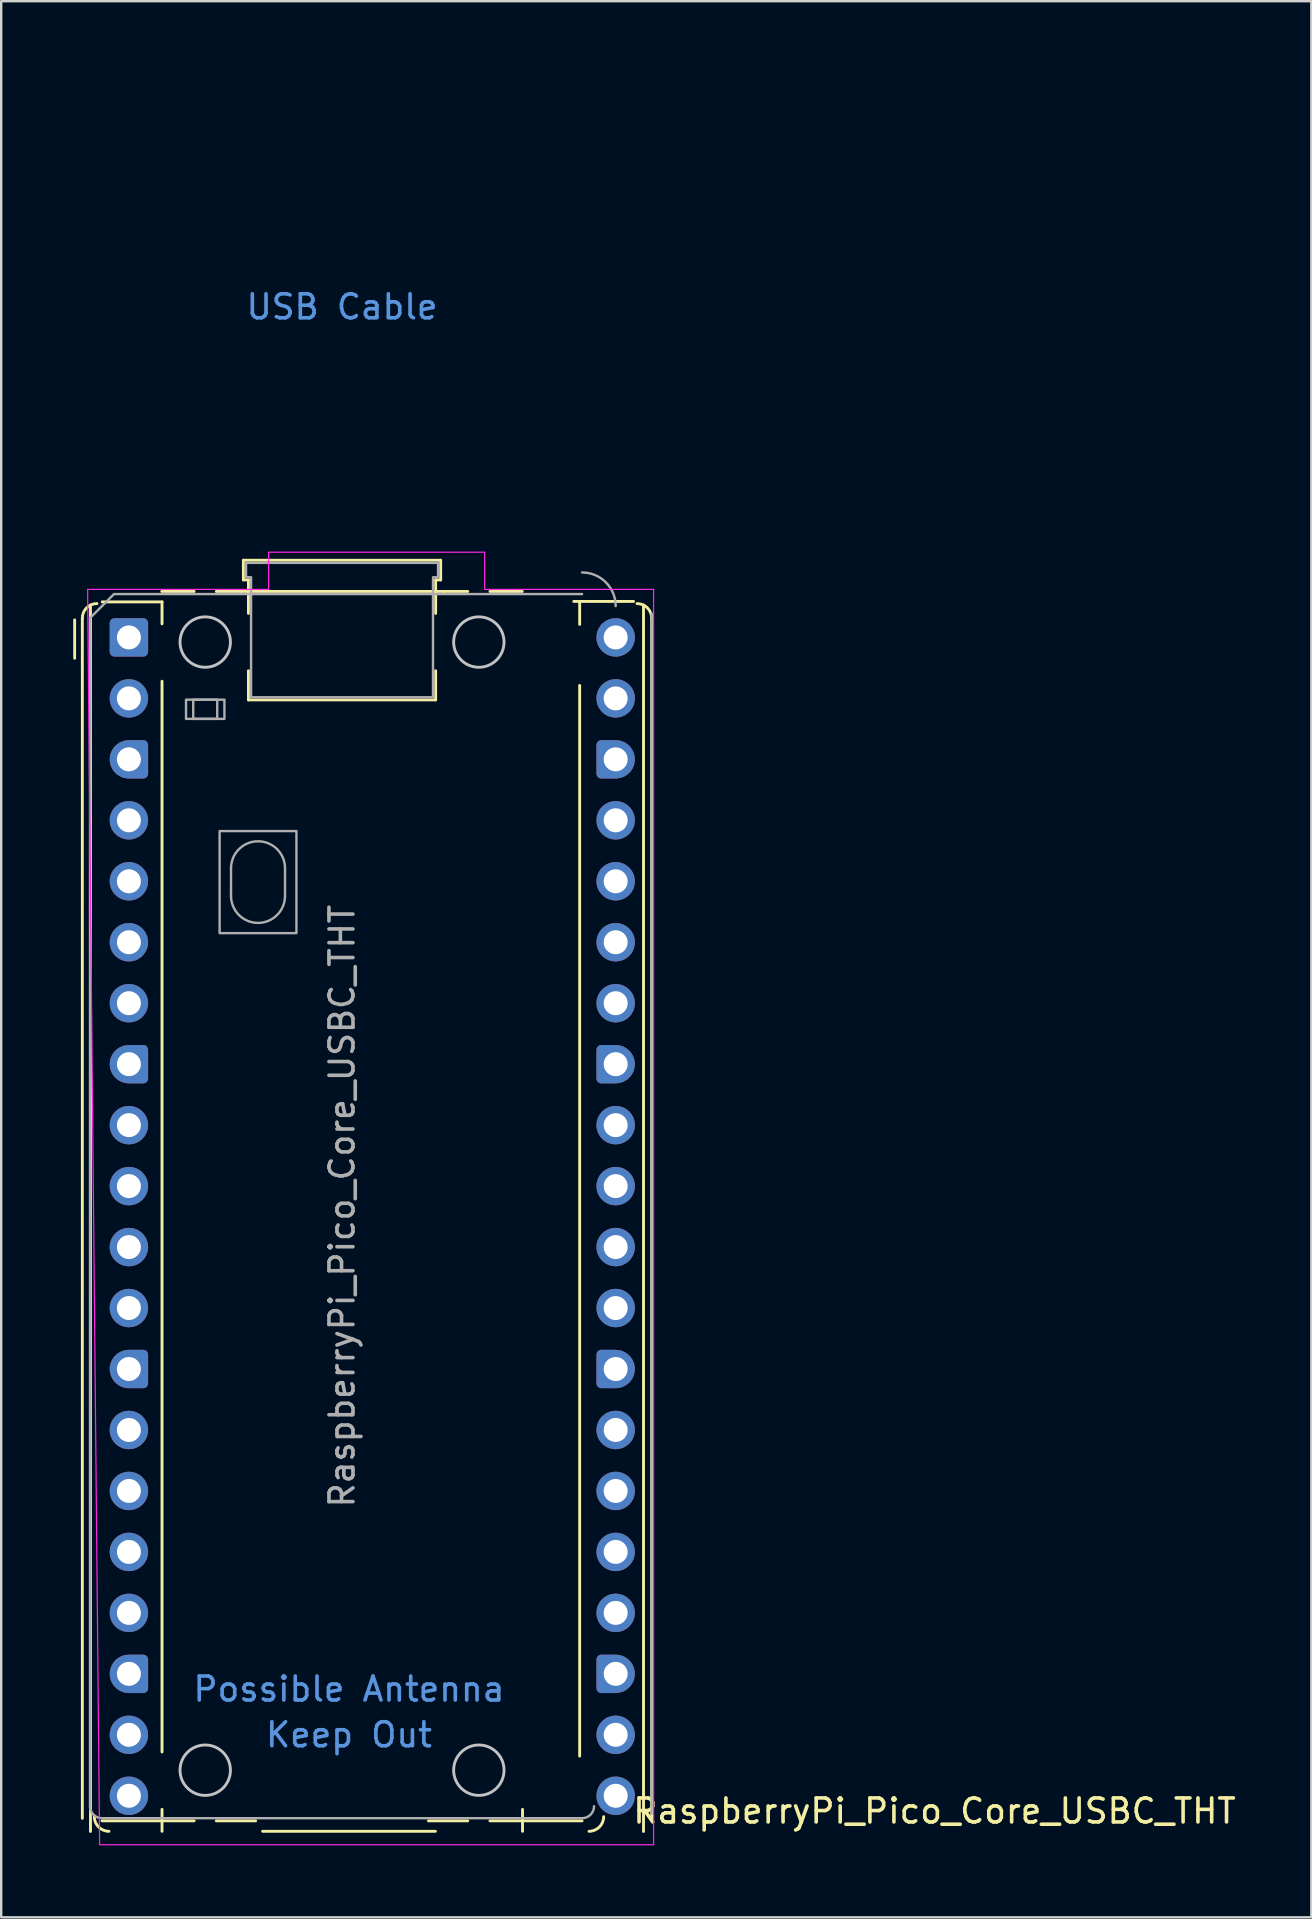
<source format=kicad_pcb>
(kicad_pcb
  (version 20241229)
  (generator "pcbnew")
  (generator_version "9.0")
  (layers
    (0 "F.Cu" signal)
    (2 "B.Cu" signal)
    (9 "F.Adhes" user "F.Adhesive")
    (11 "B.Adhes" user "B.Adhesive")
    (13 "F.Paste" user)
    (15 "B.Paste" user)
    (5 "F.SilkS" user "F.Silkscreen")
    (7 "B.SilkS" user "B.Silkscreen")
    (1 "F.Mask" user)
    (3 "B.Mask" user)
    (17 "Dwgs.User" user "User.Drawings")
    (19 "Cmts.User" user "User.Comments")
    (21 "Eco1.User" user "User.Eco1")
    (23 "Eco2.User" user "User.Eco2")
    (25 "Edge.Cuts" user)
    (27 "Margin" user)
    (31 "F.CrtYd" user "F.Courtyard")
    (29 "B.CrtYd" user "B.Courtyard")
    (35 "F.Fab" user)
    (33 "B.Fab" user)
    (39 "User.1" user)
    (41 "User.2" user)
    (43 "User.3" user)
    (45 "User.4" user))
  (footprint "RaspberryPi_Pico_Core_USBC_THT"
    (layer "F.Cu")
    (at 2.6 23.506)
    (property "Reference" "RaspberryPi_Pico_Core_USBC_THT" (at 20.637 48.895 0) (unlocked yes) (layer "F.SilkS") (effects (font (size 1 1) (thickness 0.15)) (justify left)))
    (attr through_hole)
    (fp_line (start -2.54 0.87) (end -2.54 -0.73) (stroke (width 0.12) (type solid)) (layer "F.SilkS"))
    (fp_line (start -2.22 -0.8) (end -2.22 49.2) (stroke (width 0.12) (type solid)) (layer "F.SilkS"))
    (fp_line (start -1.88 -1.347) (end -1.88 49.747) (stroke (width 0.12) (type solid)) (layer "F.SilkS"))
    (fp_line (start -1.4 49.304) (end 2.438 49.304) (stroke (width 0.12) (type solid)) (layer "F.SilkS"))
    (fp_line (start -1.39 -1.48) (end 1.1 -1.48) (stroke (width 0.12) (type solid)) (layer "F.SilkS"))
    (fp_line (start 1.09 -1.916) (end 2.438 -1.916) (stroke (width 0.12) (type solid)) (layer "F.SilkS"))
    (fp_line (start 1.1 -1.48) (end 1.1 -0.566) (stroke (width 0.12) (type solid)) (layer "F.SilkS"))
    (fp_line (start 1.1 1.826) (end 1.1 46.434) (stroke (width 0.12) (type solid)) (layer "F.SilkS"))
    (fp_line (start 1.1 48.826) (end 1.1 49.74) (stroke (width 0.12) (type solid)) (layer "F.SilkS"))
    (fp_line (start 3.362 -1.916) (end 4.365 -1.916) (stroke (width 0.12) (type solid)) (layer "F.SilkS"))
    (fp_line (start 4.365 -1.916) (end 12.835 -1.916) (stroke (width 0.12) (type solid)) (layer "F.SilkS"))
    (fp_line (start 4.49 -3.216) (end 4.49 -2.396) (stroke (width 0.12) (type solid)) (layer "F.SilkS"))
    (fp_line (start 4.49 -3.216) (end 12.71 -3.216) (stroke (width 0.12) (type solid)) (layer "F.SilkS"))
    (fp_line (start 4.49 -2.396) (end 4.7 -2.396) (stroke (width 0.12) (type solid)) (layer "F.SilkS"))
    (fp_line (start 4.7 -2.396) (end 4.7 -1) (stroke (width 0.12) (type solid)) (layer "F.SilkS"))
    (fp_line (start 4.7 1.388) (end 4.7 2.604) (stroke (width 0.12) (type solid)) (layer "F.SilkS"))
    (fp_line (start 5 49.304) (end 3.362 49.304) (stroke (width 0.12) (type solid)) (layer "F.SilkS"))
    (fp_line (start 12.49 49.74) (end 5.29 49.74) (stroke (width 0.12) (type solid)) (layer "F.SilkS"))
    (fp_line (start 12.5 -2.396) (end 12.5 -1) (stroke (width 0.12) (type solid)) (layer "F.SilkS"))
    (fp_line (start 12.5 1.388) (end 12.5 2.604) (stroke (width 0.12) (type solid)) (layer "F.SilkS"))
    (fp_line (start 12.5 2.604) (end 4.7 2.604) (stroke (width 0.12) (type solid)) (layer "F.SilkS"))
    (fp_line (start 12.71 -3.216) (end 12.71 -2.396) (stroke (width 0.12) (type solid)) (layer "F.SilkS"))
    (fp_line (start 12.71 -2.396) (end 12.5 -2.396) (stroke (width 0.12) (type solid)) (layer "F.SilkS"))
    (fp_line (start 12.835 -1.916) (end 13.838 -1.916) (stroke (width 0.12) (type solid)) (layer "F.SilkS"))
    (fp_line (start 13.838 49.304) (end 12.2 49.304) (stroke (width 0.12) (type solid)) (layer "F.SilkS"))
    (fp_line (start 14.762 -1.916) (end 16.11 -1.916) (stroke (width 0.12) (type solid)) (layer "F.SilkS"))
    (fp_line (start 14.762 49.304) (end 18.6 49.304) (stroke (width 0.12) (type solid)) (layer "F.SilkS"))
    (fp_line (start 16.12 48.826) (end 16.12 49.74) (stroke (width 0.12) (type solid)) (layer "F.SilkS"))
    (fp_line (start 18.5 -1.457) (end 18.5 -0.543) (stroke (width 0.12) (type solid)) (layer "F.SilkS"))
    (fp_line (start 18.5 2) (end 18.5 46.607) (stroke (width 0.12) (type solid)) (layer "F.SilkS"))
    (fp_line (start 20.745 -1.5) (end 18.255 -1.5) (stroke (width 0.12) (type solid)) (layer "F.SilkS"))
    (fp_line (start 21.16 49.747) (end 21.16 -1.347) (stroke (width 0.12) (type solid)) (layer "F.SilkS"))
    (fp_line (start 21.5 -0.8) (end 21.5 49.2) (stroke (width 0.12) (type solid)) (layer "F.SilkS"))
    (fp_arc (start -2.22 -0.8) (mid -2.041335 -1.231335) (end -1.61 -1.41) (stroke (width 0.12) (type solid)) (layer "F.SilkS"))
    (fp_arc (start -1.11 49.74) (mid -1.541364 49.561364) (end -1.72 49.13) (stroke (width 0.12) (type solid)) (layer "F.SilkS"))
    (fp_arc (start 19.5 49.13) (mid 19.321335 49.561335) (end 18.89 49.74) (stroke (width 0.12) (type solid)) (layer "F.SilkS"))
    (fp_arc (start 20.89 -1.41) (mid 21.321335 -1.231335) (end 21.5 -0.8) (stroke (width 0.12) (type solid)) (layer "F.SilkS"))
    (fp_circle (center 2.9 0.194) (end 3.95 0.194) (stroke (width 0.12) (type solid)) (fill no) (layer "Dwgs.User"))
    (fp_circle (center 2.9 47.194) (end 3.95 47.194) (stroke (width 0.12) (type solid)) (fill no) (layer "Dwgs.User"))
    (fp_circle (center 14.3 0.194) (end 15.35 0.194) (stroke (width 0.12) (type solid)) (fill no) (layer "Dwgs.User"))
    (fp_circle (center 14.3 47.194) (end 15.35 47.194) (stroke (width 0.12) (type solid)) (fill no) (layer "Dwgs.User"))
    (fp_poly (pts (xy 5.54 -3.55) (xy 14.54 -3.55) (xy 14.54 -2) (xy 21.58 -2) (xy 21.58 50.3) (xy -1.5 50.3) (xy -2 -2) (xy 5.54 -2)) (stroke (width 0.05) (type solid)) (fill no) (layer "F.CrtYd"))
    (fp_line (start -1.9 -0.806) (end -0.9 -1.806) (stroke (width 0.1) (type solid)) (layer "F.Fab"))
    (fp_line (start -1.9 48.694) (end -1.9 -0.806) (stroke (width 0.1) (type solid)) (layer "F.Fab"))
    (fp_line (start -0.9 -1.806) (end 18.6 -1.806) (stroke (width 0.1) (type solid)) (layer "F.Fab"))
    (fp_line (start 3.975 9.619) (end 3.975 10.769) (stroke (width 0.1) (type solid)) (layer "F.Fab"))
    (fp_line (start 6.225 9.619) (end 6.225 10.769) (stroke (width 0.1) (type solid)) (layer "F.Fab"))
    (fp_line (start 18.6 49.194) (end -1.4 49.194) (stroke (width 0.1) (type solid)) (layer "F.Fab"))
    (fp_line (start 21.5 -1) (end 21.5 49) (stroke (width 0.1) (type solid)) (layer "F.Fab"))
    (fp_rect (start 2.1 2.594) (end 3.7 3.394) (stroke (width 0.1) (type solid)) (fill no) (layer "F.Fab"))
    (fp_rect (start 2.4 2.594) (end 3.4 3.394) (stroke (width 0.1) (type solid)) (fill no) (layer "F.Fab"))
    (fp_rect (start 3.5 8.069) (end 6.7 12.319) (stroke (width 0.1) (type solid)) (fill no) (layer "F.Fab"))
    (fp_arc (start -1.4 49.194) (mid -1.753553 49.047553) (end -1.9 48.694) (stroke (width 0.1) (type solid)) (layer "F.Fab"))
    (fp_arc (start 3.975 9.619) (mid 5.1 8.494) (end 6.225 9.619) (stroke (width 0.1) (type solid)) (layer "F.Fab"))
    (fp_arc (start 6.225 10.769) (mid 5.1 11.894) (end 3.975 10.769) (stroke (width 0.1) (type solid)) (layer "F.Fab"))
    (fp_arc (start 18.6 -2.706) (mid 19.589949 -2.295949) (end 20 -1.306) (stroke (width 0.1) (type solid)) (layer "F.Fab"))
    (fp_arc (start 19.1 48.694) (mid 18.953553 49.047553) (end 18.6 49.194) (stroke (width 0.1) (type solid)) (layer "F.Fab"))
    (fp_poly (pts (xy 12.39 2.494) (xy 12.39 -2.506) (xy 12.6 -2.506) (xy 12.6 -3.106) (xy 4.6 -3.106) (xy 4.6 -2.506) (xy 4.81 -2.506) (xy 4.81 2.494)) (stroke (width 0.1) (type solid)) (fill no) (layer "F.Fab"))
    (fp_text user "USB Cable" (at 8.6 -13.771 0) (unlocked yes) (layer "Cmts.User") (effects (font (size 1 1) (thickness 0.15))))
    (fp_text user "Keep Out" (at 8.89 45.72 0) (unlocked yes) (layer "Cmts.User") (effects (font (size 1 1) (thickness 0.15))))
    (fp_text user "Possible Antenna" (at 8.89 43.815 0) (unlocked yes) (layer "Cmts.User") (effects (font (size 1 1) (thickness 0.15))))
    (fp_text user "${REFERENCE}" (at 8.6 23.694 90) (layer "F.Fab") (effects (font (size 1 1) (thickness 0.15))))
    (pad "1" thru_hole roundrect (at -0.28 0) (size 1.6 1.6) (drill 1) (layers "*.Cu" "*.Mask") (roundrect_rratio 0.125))
    (pad "2" thru_hole circle (at -0.28 2.54) (size 1.6 1.6) (drill 1) (layers "*.Cu" "*.Mask"))
    (pad "3" thru_hole custom (at -0.28 5.08) (size 1.6 1.6) (drill 1) (layers "*.Cu" "*.Mask") (options (anchor circle)) (primitives (gr_poly (pts (xy 0.8 0.6) (xy 0.8 -0.6) (xy 0.6 -0.8) (xy 0 -0.8) (xy 0 0.8) (xy 0.6 0.8)) (width 0) (fill yes)) (gr_circle (center 0.6 0.6) (end 0.8 0.6) (width 0) (fill yes)) (gr_circle (center 0.6 -0.6) (end 0.8 -0.6) (width 0) (fill yes))))
    (pad "4" thru_hole circle (at -0.28 7.62) (size 1.6 1.6) (drill 1) (layers "*.Cu" "*.Mask"))
    (pad "5" thru_hole circle (at -0.28 10.16) (size 1.6 1.6) (drill 1) (layers "*.Cu" "*.Mask"))
    (pad "6" thru_hole circle (at -0.28 12.7) (size 1.6 1.6) (drill 1) (layers "*.Cu" "*.Mask"))
    (pad "7" thru_hole circle (at -0.28 15.24) (size 1.6 1.6) (drill 1) (layers "*.Cu" "*.Mask"))
    (pad "8" thru_hole custom (at -0.28 17.78) (size 1.6 1.6) (drill 1) (layers "*.Cu" "*.Mask") (options (anchor circle)) (primitives (gr_poly (pts (xy 0.8 0.6) (xy 0.8 -0.6) (xy 0.6 -0.8) (xy 0 -0.8) (xy 0 0.8) (xy 0.6 0.8)) (width 0) (fill yes)) (gr_circle (center 0.6 0.6) (end 0.8 0.6) (width 0) (fill yes)) (gr_circle (center 0.6 -0.6) (end 0.8 -0.6) (width 0) (fill yes))))
    (pad "9" thru_hole circle (at -0.28 20.32) (size 1.6 1.6) (drill 1) (layers "*.Cu" "*.Mask"))
    (pad "10" thru_hole circle (at -0.28 22.86) (size 1.6 1.6) (drill 1) (layers "*.Cu" "*.Mask"))
    (pad "11" thru_hole circle (at -0.28 25.4) (size 1.6 1.6) (drill 1) (layers "*.Cu" "*.Mask"))
    (pad "12" thru_hole circle (at -0.28 27.94) (size 1.6 1.6) (drill 1) (layers "*.Cu" "*.Mask"))
    (pad "13" thru_hole custom (at -0.28 30.48) (size 1.6 1.6) (drill 1) (layers "*.Cu" "*.Mask") (options (anchor circle)) (primitives (gr_poly (pts (xy 0.8 0.6) (xy 0.8 -0.6) (xy 0.6 -0.8) (xy 0 -0.8) (xy 0 0.8) (xy 0.6 0.8)) (width 0) (fill yes)) (gr_circle (center 0.6 0.6) (end 0.8 0.6) (width 0) (fill yes)) (gr_circle (center 0.6 -0.6) (end 0.8 -0.6) (width 0) (fill yes))))
    (pad "14" thru_hole circle (at -0.28 33.02) (size 1.6 1.6) (drill 1) (layers "*.Cu" "*.Mask"))
    (pad "15" thru_hole circle (at -0.28 35.56) (size 1.6 1.6) (drill 1) (layers "*.Cu" "*.Mask"))
    (pad "16" thru_hole circle (at -0.28 38.1) (size 1.6 1.6) (drill 1) (layers "*.Cu" "*.Mask"))
    (pad "17" thru_hole circle (at -0.28 40.64) (size 1.6 1.6) (drill 1) (layers "*.Cu" "*.Mask"))
    (pad "18" thru_hole custom (at -0.28 43.18) (size 1.6 1.6) (drill 1) (layers "*.Cu" "*.Mask") (options (anchor circle)) (primitives (gr_poly (pts (xy 0.8 0.6) (xy 0.8 -0.6) (xy 0.6 -0.8) (xy 0 -0.8) (xy 0 0.8) (xy 0.6 0.8)) (width 0) (fill yes)) (gr_circle (center 0.6 0.6) (end 0.8 0.6) (width 0) (fill yes)) (gr_circle (center 0.6 -0.6) (end 0.8 -0.6) (width 0) (fill yes))))
    (pad "19" thru_hole circle (at -0.28 45.72) (size 1.6 1.6) (drill 1) (layers "*.Cu" "*.Mask"))
    (pad "20" thru_hole circle (at -0.28 48.26) (size 1.6 1.6) (drill 1) (layers "*.Cu" "*.Mask"))
    (pad "21" thru_hole circle (at 20 48.26) (size 1.6 1.6) (drill 1) (layers "*.Cu" "*.Mask"))
    (pad "22" thru_hole circle (at 20 45.72) (size 1.6 1.6) (drill 1) (layers "*.Cu" "*.Mask"))
    (pad "23" thru_hole custom (at 20 43.18) (size 1.6 1.6) (drill 1) (layers "*.Cu" "*.Mask") (options (anchor circle)) (primitives (gr_poly (pts (xy -0.8 0.6) (xy -0.8 -0.6) (xy -0.6 -0.8) (xy 0 -0.8) (xy 0 0.8) (xy -0.6 0.8)) (width 0) (fill yes)) (gr_circle (center -0.6 0.6) (end -0.4 0.6) (width 0) (fill yes)) (gr_circle (center -0.6 -0.6) (end -0.4 -0.6) (width 0) (fill yes))))
    (pad "24" thru_hole circle (at 20 40.64) (size 1.6 1.6) (drill 1) (layers "*.Cu" "*.Mask"))
    (pad "25" thru_hole circle (at 20 38.1) (size 1.6 1.6) (drill 1) (layers "*.Cu" "*.Mask"))
    (pad "26" thru_hole circle (at 20 35.56) (size 1.6 1.6) (drill 1) (layers "*.Cu" "*.Mask"))
    (pad "27" thru_hole circle (at 20 33.02) (size 1.6 1.6) (drill 1) (layers "*.Cu" "*.Mask"))
    (pad "28" thru_hole custom (at 20 30.48) (size 1.6 1.6) (drill 1) (layers "*.Cu" "*.Mask") (options (anchor circle)) (primitives (gr_poly (pts (xy -0.8 0.6) (xy -0.8 -0.6) (xy -0.6 -0.8) (xy 0 -0.8) (xy 0 0.8) (xy -0.6 0.8)) (width 0) (fill yes)) (gr_circle (center -0.6 0.6) (end -0.4 0.6) (width 0) (fill yes)) (gr_circle (center -0.6 -0.6) (end -0.4 -0.6) (width 0) (fill yes))))
    (pad "29" thru_hole circle (at 20 27.94) (size 1.6 1.6) (drill 1) (layers "*.Cu" "*.Mask"))
    (pad "30" thru_hole circle (at 20 25.4) (size 1.6 1.6) (drill 1) (layers "*.Cu" "*.Mask"))
    (pad "31" thru_hole circle (at 20 22.86) (size 1.6 1.6) (drill 1) (layers "*.Cu" "*.Mask"))
    (pad "32" thru_hole circle (at 20 20.32) (size 1.6 1.6) (drill 1) (layers "*.Cu" "*.Mask"))
    (pad "33" thru_hole custom (at 20 17.78) (size 1.6 1.6) (drill 1) (layers "*.Cu" "*.Mask") (options (anchor circle)) (primitives (gr_poly (pts (xy -0.8 0.6) (xy -0.8 -0.6) (xy -0.6 -0.8) (xy 0 -0.8) (xy 0 0.8) (xy -0.6 0.8)) (width 0) (fill yes)) (gr_circle (center -0.6 0.6) (end -0.4 0.6) (width 0) (fill yes)) (gr_circle (center -0.6 -0.6) (end -0.4 -0.6) (width 0) (fill yes))))
    (pad "34" thru_hole circle (at 20 15.24) (size 1.6 1.6) (drill 1) (layers "*.Cu" "*.Mask"))
    (pad "35" thru_hole circle (at 20 12.7) (size 1.6 1.6) (drill 1) (layers "*.Cu" "*.Mask"))
    (pad "36" thru_hole circle (at 20 10.16) (size 1.6 1.6) (drill 1) (layers "*.Cu" "*.Mask"))
    (pad "37" thru_hole circle (at 20 7.62) (size 1.6 1.6) (drill 1) (layers "*.Cu" "*.Mask"))
    (pad "38" thru_hole custom (at 20 5.08) (size 1.6 1.6) (drill 1) (layers "*.Cu" "*.Mask") (options (anchor circle)) (primitives (gr_poly (pts (xy -0.8 0.6) (xy -0.8 -0.6) (xy -0.6 -0.8) (xy 0 -0.8) (xy 0 0.8) (xy -0.6 0.8)) (width 0) (fill yes)) (gr_circle (center -0.6 0.6) (end -0.4 0.6) (width 0) (fill yes)) (gr_circle (center -0.6 -0.6) (end -0.4 -0.6) (width 0) (fill yes))))
    (pad "39" thru_hole circle (at 20 2.54) (size 1.6 1.6) (drill 1) (layers "*.Cu" "*.Mask"))
    (pad "40" thru_hole circle (at 20 0) (size 1.6 1.6) (drill 1) (layers "*.Cu" "*.Mask"))
    (zone (net_name "") (layers "F.Cu" "B.Cu" "F.Paste" "B.Paste") (name "Antenna Copper Keep Out") (hatch full 0.5) (connect_pads) (min_thickness 0.254) (filled_areas_thickness no) (keepout (tracks not_allowed) (vias not_allowed) (pads not_allowed) (copperpour not_allowed) (footprints allowed)) (placement (enabled no)) (fill) (polygon (pts (xy 9.09 72.626) (xy 4.39 68.976) (xy 4.39 64.636) (xy 18.59 64.636) (xy 18.59 68.976) (xy 13.89 72.626) (xy 13.89 73.636) (xy 9.09 73.636))))
    (zone (net_name "") (layer "F.CrtYd") (name "USB Cable") (hatch edge 0.5) (connect_pads) (min_thickness 0.254) (filled_areas_thickness no) (keepout (tracks allowed) (vias allowed) (pads allowed) (copperpour allowed) (footprints allowed)) (placement (enabled no)) (fill) (polygon (pts (xy 5.45 19.5) (xy 7.26 19.5) (xy 7.26 19.9) (xy 15.14 19.9) (xy 15.14 19.5) (xy 16.95 19.5) (xy 16.95 0) (xy 5.45 0)))))
  (gr_rect
    (start -3 -3)
    (end 51.583 76.831)
    (stroke (width 0.1) (type default))
    (fill no)
    (layer "Edge.Cuts")))
</source>
